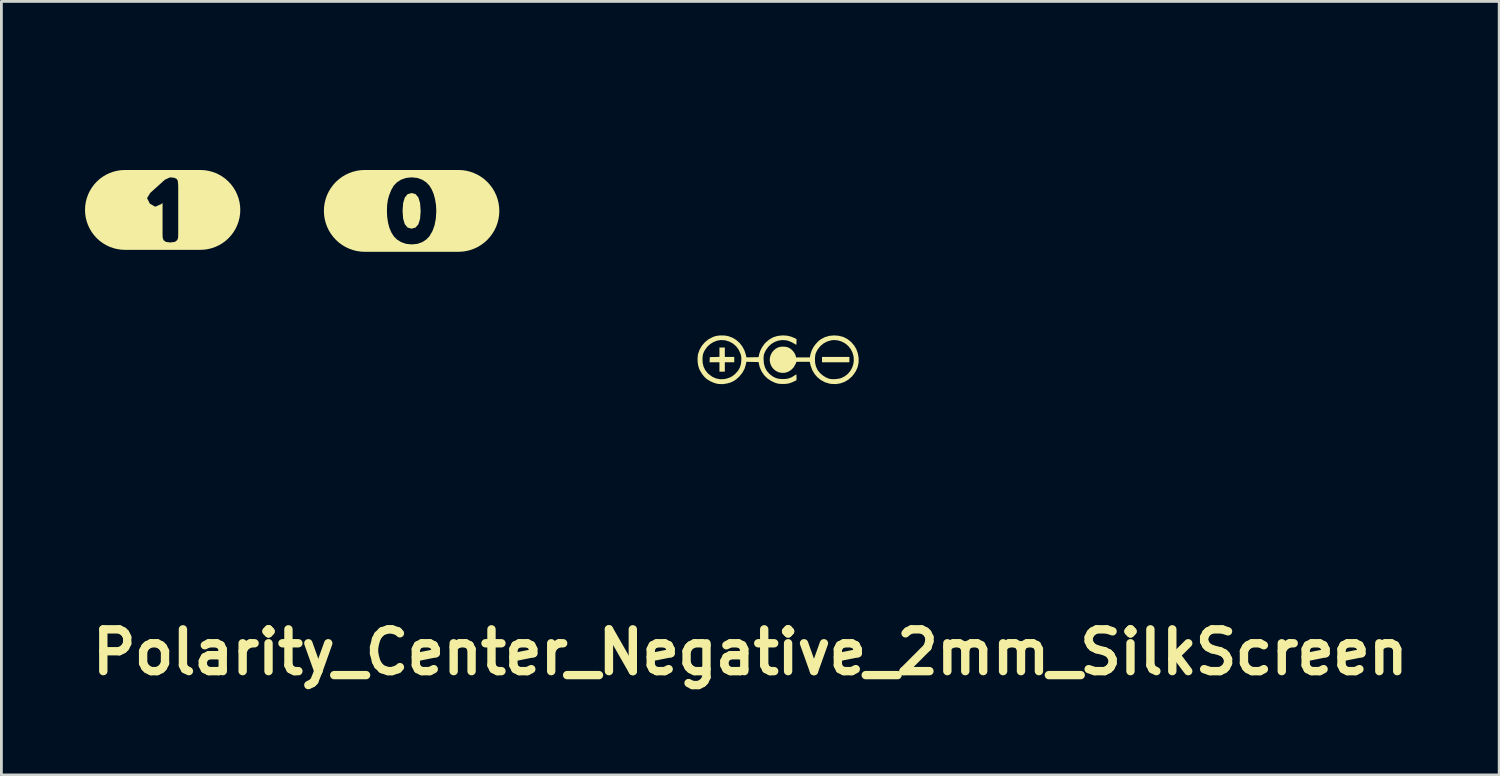
<source format=kicad_pcb>
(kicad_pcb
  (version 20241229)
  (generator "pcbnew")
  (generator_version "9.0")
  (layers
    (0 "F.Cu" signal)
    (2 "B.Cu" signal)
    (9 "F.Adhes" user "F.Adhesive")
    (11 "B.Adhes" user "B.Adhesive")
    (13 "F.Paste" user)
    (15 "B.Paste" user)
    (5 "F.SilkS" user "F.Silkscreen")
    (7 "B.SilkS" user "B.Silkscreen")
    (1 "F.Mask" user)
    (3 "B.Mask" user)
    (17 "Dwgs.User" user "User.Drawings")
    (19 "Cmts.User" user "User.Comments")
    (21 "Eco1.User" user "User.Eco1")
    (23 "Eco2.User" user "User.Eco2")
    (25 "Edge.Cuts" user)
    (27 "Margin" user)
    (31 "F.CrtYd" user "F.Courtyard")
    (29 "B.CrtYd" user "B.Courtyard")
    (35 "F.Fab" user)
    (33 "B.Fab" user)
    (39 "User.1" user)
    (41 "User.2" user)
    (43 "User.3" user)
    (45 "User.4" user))
  (footprint "kibuzzard-65834FF6"
    (layer "F.Cu")
    (at 2.786 4.482)
    (property "Reference" "kibuzzard-65834FF6" (at 0 -4.481 0) (layer "F.SilkS") (effects (font (size 0.001 0.001) (thickness 0.15))))
    (attr board_only exclude_from_pos_files exclude_from_bom)
    (fp_poly (pts (xy -0.559 -1.433) (xy -1.353 -1.433) (xy -1.493 -1.426) (xy -1.632 -1.405) (xy -1.769 -1.371) (xy -1.901 -1.324) (xy -2.028 -1.264) (xy -2.149 -1.191) (xy -2.262 -1.108) (xy -2.366 -1.013) (xy -2.46 -0.909) (xy -2.544 -0.796) (xy -2.616 -0.676) (xy -2.676 -0.548) (xy -2.724 -0.416) (xy -2.758 -0.28) (xy -2.779 -0.14) (xy -2.786 0) (xy -2.779 0.14) (xy -2.758 0.28) (xy -2.724 0.416) (xy -2.676 0.548) (xy -2.616 0.676) (xy -2.544 0.796) (xy -2.46 0.909) (xy -2.366 1.013) (xy -2.262 1.108) (xy -2.149 1.191) (xy -2.028 1.264) (xy -1.901 1.324) (xy -1.769 1.371) (xy -1.632 1.405) (xy -1.493 1.426) (xy -1.353 1.433) (xy -0.559 1.433) (xy 0.276 1.433) (xy 0.276 1.168) (xy 0.117 1.148) (xy 0.032 1.086) (xy 0.002 0.999) (xy -0.003 0.883) (xy -0.003 -0.251) (xy -0.044 -0.213) (xy -0.267 -0.114) (xy -0.459 -0.225) (xy -0.559 -0.422) (xy -0.445 -0.61) (xy 0.076 -1.079) (xy 0.086 -1.086) (xy 0.265 -1.168) (xy 0.416 -1.153) (xy 0.498 -1.116) (xy 0.543 -1.048) (xy 0.559 -0.879) (xy 0.559 0.889) (xy 0.554 0.999) (xy 0.524 1.083) (xy 0.44 1.147) (xy 0.276 1.168) (xy 0.276 1.433) (xy 0.559 1.433) (xy 1.353 1.433) (xy 1.493 1.426) (xy 1.632 1.405) (xy 1.769 1.371) (xy 1.901 1.324) (xy 2.028 1.264) (xy 2.149 1.191) (xy 2.262 1.108) (xy 2.366 1.013) (xy 2.46 0.909) (xy 2.544 0.796) (xy 2.616 0.676) (xy 2.676 0.548) (xy 2.724 0.416) (xy 2.758 0.28) (xy 2.779 0.14) (xy 2.786 0) (xy 2.779 -0.14) (xy 2.758 -0.28) (xy 2.724 -0.416) (xy 2.676 -0.548) (xy 2.616 -0.676) (xy 2.544 -0.796) (xy 2.46 -0.909) (xy 2.366 -1.013) (xy 2.262 -1.108) (xy 2.149 -1.191) (xy 2.028 -1.264) (xy 1.901 -1.324) (xy 1.769 -1.371) (xy 1.632 -1.405) (xy 1.493 -1.426) (xy 1.353 -1.433) (xy 0.559 -1.433) (xy -0.559 -1.433)) (stroke (width 0) (type solid)) (fill yes) (layer "F.SilkS")))
  (footprint "Polarity_Center_Negative_2mm_SilkScreen"
    (layer "F.Cu")
    (at 24.871 9.853)
    (property "Reference" "Polarity_Center_Negative_2mm_SilkScreen" (at -1 10.5 0) (layer "F.SilkS") (effects (font (size 1.5 1.5) (thickness 0.3))))
    (attr board_only exclude_from_pos_files exclude_from_bom)
    (fp_poly (pts (xy 2.556 0) (xy 2.556 0.096) (xy 2.066 0.096) (xy 1.575 0.096) (xy 1.575 0) (xy 1.575 -0.096) (xy 2.066 -0.096) (xy 2.556 -0.096)) (stroke (width 0) (type solid)) (fill yes) (layer "F.SilkS"))
    (fp_poly (pts (xy -1.913 -0.265) (xy -1.913 -0.096) (xy -1.744 -0.096) (xy -1.575 -0.096) (xy -1.575 0) (xy -1.575 0.096) (xy -1.744 0.096) (xy -1.913 0.096) (xy -1.913 0.265) (xy -1.913 0.434) (xy -2.009 0.434) (xy -2.106 0.434) (xy -2.106 0.265) (xy -2.106 0.096) (xy -2.284 0.096) (xy -2.461 0.096) (xy -2.456 0.004) (xy -2.452 -0.088) (xy -2.279 -0.093) (xy -2.106 -0.098) (xy -2.106 -0.266) (xy -2.106 -0.434) (xy -2.009 -0.434) (xy -1.913 -0.434)) (stroke (width 0) (type solid)) (fill yes) (layer "F.SilkS"))
    (fp_poly (pts (xy 2.183 -0.854) (xy 2.338 -0.813) (xy 2.478 -0.743) (xy 2.605 -0.645) (xy 2.629 -0.621) (xy 2.731 -0.502) (xy 2.805 -0.376) (xy 2.857 -0.235) (xy 2.862 -0.216) (xy 2.89 -0.048) (xy 2.886 0.115) (xy 2.852 0.271) (xy 2.786 0.419) (xy 2.689 0.558) (xy 2.642 0.611) (xy 2.518 0.721) (xy 2.378 0.802) (xy 2.227 0.855) (xy 2.067 0.879) (xy 1.902 0.872) (xy 1.841 0.862) (xy 1.684 0.814) (xy 1.541 0.739) (xy 1.415 0.64) (xy 1.309 0.519) (xy 1.226 0.378) (xy 1.168 0.222) (xy 1.161 0.192) (xy 1.135 0.08) (xy 0.897 0.08) (xy 0.659 0.08) (xy 0.614 0.181) (xy 0.55 0.287) (xy 0.465 0.372) (xy 0.366 0.435) (xy 0.255 0.471) (xy 0.139 0.478) (xy 0.136 0.478) (xy 0.02 0.455) (xy -0.082 0.407) (xy -0.166 0.338) (xy -0.232 0.254) (xy -0.277 0.157) (xy -0.3 0.053) (xy -0.299 -0.032) (xy 1.321 -0.032) (xy 1.326 0.114) (xy 1.355 0.243) (xy 1.408 0.359) (xy 1.431 0.395) (xy 1.509 0.488) (xy 1.606 0.571) (xy 1.712 0.638) (xy 1.819 0.682) (xy 1.854 0.692) (xy 1.938 0.701) (xy 2.037 0.701) (xy 2.138 0.691) (xy 2.229 0.673) (xy 2.267 0.661) (xy 2.397 0.595) (xy 2.506 0.508) (xy 2.593 0.403) (xy 2.657 0.286) (xy 2.698 0.159) (xy 2.715 0.026) (xy 2.707 -0.108) (xy 2.672 -0.24) (xy 2.611 -0.366) (xy 2.522 -0.481) (xy 2.51 -0.494) (xy 2.402 -0.583) (xy 2.278 -0.649) (xy 2.144 -0.689) (xy 2.008 -0.702) (xy 1.913 -0.694) (xy 1.766 -0.652) (xy 1.634 -0.584) (xy 1.519 -0.49) (xy 1.426 -0.374) (xy 1.38 -0.294) (xy 1.354 -0.235) (xy 1.337 -0.183) (xy 1.328 -0.127) (xy 1.322 -0.053) (xy 1.321 -0.032) (xy -0.299 -0.032) (xy -0.298 -0.054) (xy -0.271 -0.16) (xy -0.217 -0.261) (xy -0.181 -0.306) (xy -0.095 -0.386) (xy -0.004 -0.437) (xy 0.099 -0.462) (xy 0.173 -0.466) (xy 0.277 -0.459) (xy 0.363 -0.435) (xy 0.442 -0.391) (xy 0.462 -0.376) (xy 0.527 -0.314) (xy 0.583 -0.24) (xy 0.621 -0.163) (xy 0.628 -0.142) (xy 0.644 -0.08) (xy 0.891 -0.08) (xy 1.137 -0.08) (xy 1.156 -0.174) (xy 1.196 -0.308) (xy 1.263 -0.441) (xy 1.351 -0.564) (xy 1.454 -0.67) (xy 1.538 -0.734) (xy 1.683 -0.808) (xy 1.841 -0.853) (xy 2.01 -0.868) (xy 2.013 -0.868)) (stroke (width 0) (type solid)) (fill yes) (layer "F.SilkS"))
    (fp_poly (pts (xy 0.326 -0.858) (xy 0.459 -0.826) (xy 0.573 -0.779) (xy 0.659 -0.737) (xy 0.659 -0.634) (xy 0.658 -0.581) (xy 0.654 -0.544) (xy 0.65 -0.531) (xy 0.631 -0.539) (xy 0.599 -0.559) (xy 0.597 -0.561) (xy 0.483 -0.626) (xy 0.357 -0.675) (xy 0.281 -0.693) (xy 0.14 -0.701) (xy 0.002 -0.68) (xy -0.129 -0.632) (xy -0.249 -0.557) (xy -0.353 -0.459) (xy -0.438 -0.34) (xy -0.464 -0.29) (xy -0.491 -0.232) (xy -0.508 -0.186) (xy -0.517 -0.142) (xy -0.521 -0.088) (xy -0.522 -0.014) (xy -0.522 -0.008) (xy -0.51 0.145) (xy -0.474 0.277) (xy -0.414 0.394) (xy -0.327 0.497) (xy -0.26 0.556) (xy -0.165 0.622) (xy -0.071 0.665) (xy 0.03 0.689) (xy 0.15 0.698) (xy 0.161 0.698) (xy 0.283 0.693) (xy 0.386 0.673) (xy 0.48 0.636) (xy 0.565 0.585) (xy 0.609 0.556) (xy 0.641 0.537) (xy 0.653 0.531) (xy 0.656 0.545) (xy 0.658 0.584) (xy 0.659 0.635) (xy 0.659 0.739) (xy 0.583 0.777) (xy 0.477 0.825) (xy 0.383 0.855) (xy 0.286 0.871) (xy 0.174 0.875) (xy 0.169 0.874) (xy 0.078 0.872) (xy 0.007 0.864) (xy -0.058 0.848) (xy -0.106 0.833) (xy -0.256 0.764) (xy -0.389 0.672) (xy -0.502 0.559) (xy -0.592 0.429) (xy -0.656 0.285) (xy -0.681 0.193) (xy -0.702 0.088) (xy -0.921 0.084) (xy -1.139 0.079) (xy -1.158 0.172) (xy -1.204 0.324) (xy -1.28 0.467) (xy -1.383 0.596) (xy -1.405 0.619) (xy -1.503 0.707) (xy -1.598 0.772) (xy -1.701 0.819) (xy -1.81 0.852) (xy -1.976 0.88) (xy -2.137 0.875) (xy -2.222 0.859) (xy -2.327 0.825) (xy -2.439 0.773) (xy -2.541 0.711) (xy -2.586 0.678) (xy -2.659 0.606) (xy -2.731 0.513) (xy -2.794 0.411) (xy -2.841 0.311) (xy -2.842 0.308) (xy -2.872 0.198) (xy -2.889 0.073) (xy -2.891 -0.032) (xy -2.714 -0.032) (xy -2.708 0.119) (xy -2.676 0.253) (xy -2.618 0.373) (xy -2.53 0.483) (xy -2.48 0.53) (xy -2.358 0.619) (xy -2.226 0.677) (xy -2.087 0.704) (xy -1.942 0.7) (xy -1.856 0.683) (xy -1.744 0.647) (xy -1.651 0.6) (xy -1.565 0.534) (xy -1.525 0.497) (xy -1.435 0.394) (xy -1.373 0.284) (xy -1.336 0.162) (xy -1.322 0.042) (xy -1.32 -0.038) (xy -1.323 -0.1) (xy -1.334 -0.155) (xy -1.35 -0.208) (xy -1.414 -0.35) (xy -1.501 -0.471) (xy -1.609 -0.568) (xy -1.737 -0.641) (xy -1.882 -0.687) (xy -1.919 -0.694) (xy -2.057 -0.702) (xy -2.192 -0.679) (xy -2.322 -0.629) (xy -2.441 -0.555) (xy -2.545 -0.458) (xy -2.629 -0.342) (xy -2.655 -0.294) (xy -2.681 -0.235) (xy -2.698 -0.183) (xy -2.707 -0.127) (xy -2.713 -0.053) (xy -2.714 -0.032) (xy -2.891 -0.032) (xy -2.892 -0.054) (xy -2.879 -0.17) (xy -2.872 -0.205) (xy -2.816 -0.362) (xy -2.733 -0.503) (xy -2.625 -0.627) (xy -2.497 -0.729) (xy -2.349 -0.807) (xy -2.252 -0.842) (xy -2.167 -0.859) (xy -2.064 -0.867) (xy -1.955 -0.866) (xy -1.852 -0.855) (xy -1.793 -0.843) (xy -1.642 -0.788) (xy -1.505 -0.705) (xy -1.385 -0.599) (xy -1.285 -0.471) (xy -1.208 -0.326) (xy -1.163 -0.188) (xy -1.137 -0.08) (xy -0.919 -0.084) (xy -0.702 -0.088) (xy -0.682 -0.188) (xy -0.644 -0.311) (xy -0.581 -0.436) (xy -0.5 -0.553) (xy -0.442 -0.617) (xy -0.316 -0.723) (xy -0.178 -0.8) (xy -0.026 -0.848) (xy 0.14 -0.867) (xy 0.179 -0.868)) (stroke (width 0) (type solid)) (fill yes) (layer "F.SilkS")))
  (footprint "kibuzzard-6583500B"
    (layer "F.Cu")
    (at 11.719 4.517)
    (property "Reference" "kibuzzard-6583500B" (at 0 -4.516 0) (layer "F.SilkS") (effects (font (size 0.001 0.001) (thickness 0.15))))
    (attr board_only exclude_from_pos_files exclude_from_bom)
    (fp_poly (pts (xy -0.003 0.638) (xy 0.14 0.599) (xy 0.242 0.483) (xy 0.303 0.288) (xy 0.324 0.016) (xy 0.324 -0.003) (xy 0.304 -0.282) (xy 0.243 -0.482) (xy 0.142 -0.601) (xy 0 -0.641) (xy -0.142 -0.601) (xy -0.243 -0.481) (xy -0.304 -0.281) (xy -0.324 -0.002) (xy -0.304 0.278) (xy -0.244 0.478) (xy -0.143 0.598) (xy -0.003 0.638)) (stroke (width 0) (type solid)) (fill yes) (layer "F.SilkS"))
    (fp_poly (pts (xy -0.886 -1.468) (xy -1.68 -1.468) (xy -1.823 -1.461) (xy -1.966 -1.44) (xy -2.106 -1.405) (xy -2.241 -1.356) (xy -2.372 -1.295) (xy -2.495 -1.221) (xy -2.611 -1.135) (xy -2.718 -1.038) (xy -2.814 -0.931) (xy -2.9 -0.816) (xy -2.974 -0.692) (xy -3.036 -0.562) (xy -3.084 -0.426) (xy -3.119 -0.286) (xy -3.14 -0.144) (xy -3.147 0) (xy -3.14 0.144) (xy -3.119 0.286) (xy -3.084 0.426) (xy -3.036 0.562) (xy -2.974 0.692) (xy -2.9 0.816) (xy -2.814 0.931) (xy -2.718 1.038) (xy -2.611 1.135) (xy -2.495 1.221) (xy -2.372 1.295) (xy -2.241 1.356) (xy -2.106 1.405) (xy -1.966 1.44) (xy -1.823 1.461) (xy -1.68 1.468) (xy -0.886 1.468) (xy 0.003 1.468) (xy 0.003 1.203) (xy -0.2 1.182) (xy -0.379 1.119) (xy -0.528 1.025) (xy -0.64 0.911) (xy -0.725 0.775) (xy -0.794 0.616) (xy -0.845 0.426) (xy -0.876 0.219) (xy -0.886 -0.003) (xy -0.878 -0.205) (xy -0.853 -0.386) (xy -0.811 -0.546) (xy -0.732 -0.747) (xy -0.645 -0.9) (xy -0.534 -1.018) (xy -0.386 -1.116) (xy -0.206 -1.181) (xy 0 -1.203) (xy 0.205 -1.182) (xy 0.383 -1.118) (xy 0.529 -1.022) (xy 0.64 -0.905) (xy 0.724 -0.767) (xy 0.791 -0.606) (xy 0.843 -0.412) (xy 0.875 -0.21) (xy 0.886 0) (xy 0.87 0.272) (xy 0.824 0.515) (xy 0.747 0.728) (xy 0.638 0.911) (xy 0.528 1.027) (xy 0.383 1.121) (xy 0.206 1.183) (xy 0.003 1.203) (xy 0.003 1.468) (xy 0.886 1.468) (xy 1.68 1.468) (xy 1.823 1.461) (xy 1.966 1.44) (xy 2.106 1.405) (xy 2.241 1.356) (xy 2.372 1.295) (xy 2.495 1.221) (xy 2.611 1.135) (xy 2.718 1.038) (xy 2.814 0.931) (xy 2.9 0.816) (xy 2.974 0.692) (xy 3.036 0.562) (xy 3.084 0.426) (xy 3.119 0.286) (xy 3.14 0.144) (xy 3.147 0) (xy 3.14 -0.144) (xy 3.119 -0.286) (xy 3.084 -0.426) (xy 3.036 -0.562) (xy 2.974 -0.692) (xy 2.9 -0.816) (xy 2.814 -0.931) (xy 2.718 -1.038) (xy 2.611 -1.135) (xy 2.495 -1.221) (xy 2.372 -1.295) (xy 2.241 -1.356) (xy 2.106 -1.405) (xy 1.966 -1.44) (xy 1.823 -1.461) (xy 1.68 -1.468) (xy 0.886 -1.468) (xy -0.886 -1.468)) (stroke (width 0) (type solid)) (fill yes) (layer "F.SilkS")))
  (gr_rect
    (start -3 -3)
    (end 50.743 24.757)
    (stroke (width 0.1) (type default))
    (fill no)
    (layer "Edge.Cuts")))
</source>
